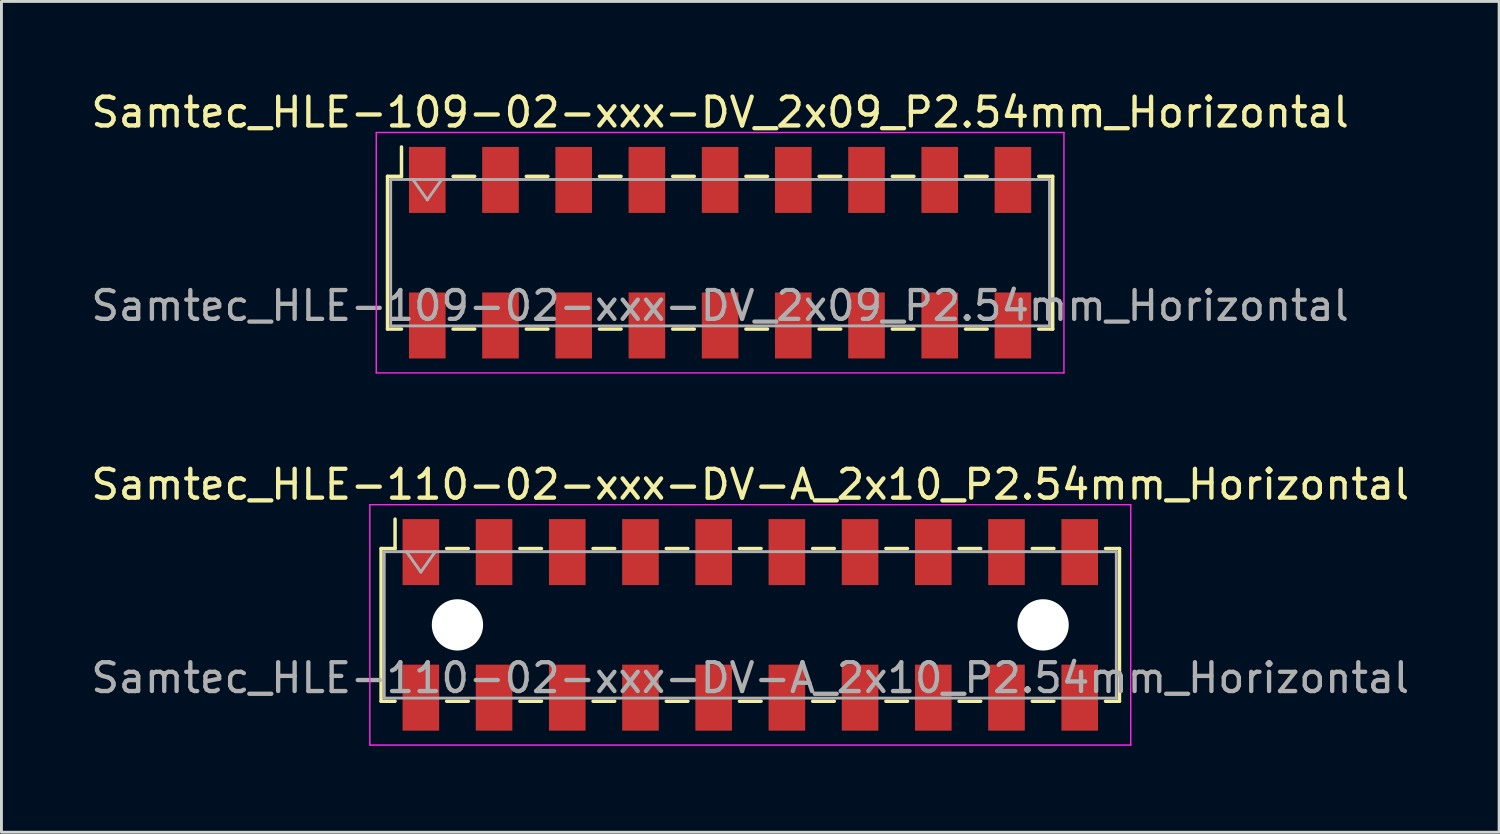
<source format=kicad_pcb>
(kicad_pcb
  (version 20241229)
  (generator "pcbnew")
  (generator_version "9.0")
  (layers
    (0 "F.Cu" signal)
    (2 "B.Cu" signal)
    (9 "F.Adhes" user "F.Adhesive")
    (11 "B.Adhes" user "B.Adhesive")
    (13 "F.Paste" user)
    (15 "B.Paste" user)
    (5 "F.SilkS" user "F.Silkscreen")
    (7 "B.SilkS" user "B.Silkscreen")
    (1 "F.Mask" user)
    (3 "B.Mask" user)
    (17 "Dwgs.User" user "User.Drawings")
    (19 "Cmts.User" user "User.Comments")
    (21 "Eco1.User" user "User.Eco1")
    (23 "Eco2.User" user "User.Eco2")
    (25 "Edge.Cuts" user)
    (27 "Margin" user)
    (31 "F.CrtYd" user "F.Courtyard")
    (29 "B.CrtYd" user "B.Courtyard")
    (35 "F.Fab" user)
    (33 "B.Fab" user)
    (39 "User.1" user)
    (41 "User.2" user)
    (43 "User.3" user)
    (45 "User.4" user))
  (footprint "Samtec_HLE-110-02-xxx-DV-A_2x10_P2.54mm_Horizontal"
    (layer "F.Cu")
    (at 22.982 18.631)
    (property "Reference" "Samtec_HLE-110-02-xxx-DV-A_2x10_P2.54mm_Horizontal" (at 0 -4.87 0) (layer "F.SilkS") (effects (font (size 1 1) (thickness 0.15))))
    (attr smd)
    (fp_line (start -12.81 -2.65) (end -12.81 2.65) (stroke (width 0.12) (type solid)) (layer "F.SilkS"))
    (fp_line (start -12.81 2.65) (end -12.325 2.65) (stroke (width 0.12) (type solid)) (layer "F.SilkS"))
    (fp_line (start -12.325 -3.67) (end -12.325 -2.65) (stroke (width 0.12) (type solid)) (layer "F.SilkS"))
    (fp_line (start -12.325 -2.65) (end -12.81 -2.65) (stroke (width 0.12) (type solid)) (layer "F.SilkS"))
    (fp_line (start -10.535 -2.65) (end -9.785 -2.65) (stroke (width 0.12) (type solid)) (layer "F.SilkS"))
    (fp_line (start -10.535 2.65) (end -9.785 2.65) (stroke (width 0.12) (type solid)) (layer "F.SilkS"))
    (fp_line (start -7.995 -2.65) (end -7.245 -2.65) (stroke (width 0.12) (type solid)) (layer "F.SilkS"))
    (fp_line (start -7.995 2.65) (end -7.245 2.65) (stroke (width 0.12) (type solid)) (layer "F.SilkS"))
    (fp_line (start -5.455 -2.65) (end -4.705 -2.65) (stroke (width 0.12) (type solid)) (layer "F.SilkS"))
    (fp_line (start -5.455 2.65) (end -4.705 2.65) (stroke (width 0.12) (type solid)) (layer "F.SilkS"))
    (fp_line (start -2.915 -2.65) (end -2.165 -2.65) (stroke (width 0.12) (type solid)) (layer "F.SilkS"))
    (fp_line (start -2.915 2.65) (end -2.165 2.65) (stroke (width 0.12) (type solid)) (layer "F.SilkS"))
    (fp_line (start -0.375 -2.65) (end 0.375 -2.65) (stroke (width 0.12) (type solid)) (layer "F.SilkS"))
    (fp_line (start -0.375 2.65) (end 0.375 2.65) (stroke (width 0.12) (type solid)) (layer "F.SilkS"))
    (fp_line (start 2.165 -2.65) (end 2.915 -2.65) (stroke (width 0.12) (type solid)) (layer "F.SilkS"))
    (fp_line (start 2.165 2.65) (end 2.915 2.65) (stroke (width 0.12) (type solid)) (layer "F.SilkS"))
    (fp_line (start 4.705 -2.65) (end 5.455 -2.65) (stroke (width 0.12) (type solid)) (layer "F.SilkS"))
    (fp_line (start 4.705 2.65) (end 5.455 2.65) (stroke (width 0.12) (type solid)) (layer "F.SilkS"))
    (fp_line (start 7.245 -2.65) (end 7.995 -2.65) (stroke (width 0.12) (type solid)) (layer "F.SilkS"))
    (fp_line (start 7.245 2.65) (end 7.995 2.65) (stroke (width 0.12) (type solid)) (layer "F.SilkS"))
    (fp_line (start 9.785 -2.65) (end 10.535 -2.65) (stroke (width 0.12) (type solid)) (layer "F.SilkS"))
    (fp_line (start 9.785 2.65) (end 10.535 2.65) (stroke (width 0.12) (type solid)) (layer "F.SilkS"))
    (fp_line (start 12.325 -2.65) (end 12.81 -2.65) (stroke (width 0.12) (type solid)) (layer "F.SilkS"))
    (fp_line (start 12.81 -2.65) (end 12.81 2.65) (stroke (width 0.12) (type solid)) (layer "F.SilkS"))
    (fp_line (start 12.81 2.65) (end 12.325 2.65) (stroke (width 0.12) (type solid)) (layer "F.SilkS"))
    (fp_line (start -13.2 -4.17) (end 13.2 -4.17) (stroke (width 0.05) (type solid)) (layer "F.CrtYd"))
    (fp_line (start -13.2 4.17) (end -13.2 -4.17) (stroke (width 0.05) (type solid)) (layer "F.CrtYd"))
    (fp_line (start 13.2 -4.17) (end 13.2 4.17) (stroke (width 0.05) (type solid)) (layer "F.CrtYd"))
    (fp_line (start 13.2 4.17) (end -13.2 4.17) (stroke (width 0.05) (type solid)) (layer "F.CrtYd"))
    (fp_line (start -12.7 -2.54) (end 12.7 -2.54) (stroke (width 0.1) (type solid)) (layer "F.Fab"))
    (fp_line (start -12.7 2.54) (end -12.7 -2.54) (stroke (width 0.1) (type solid)) (layer "F.Fab"))
    (fp_line (start -11.93 -2.54) (end -11.43 -1.833) (stroke (width 0.1) (type solid)) (layer "F.Fab"))
    (fp_line (start -11.43 -1.833) (end -10.93 -2.54) (stroke (width 0.1) (type solid)) (layer "F.Fab"))
    (fp_line (start 12.7 -2.54) (end 12.7 2.54) (stroke (width 0.1) (type solid)) (layer "F.Fab"))
    (fp_line (start 12.7 2.54) (end -12.7 2.54) (stroke (width 0.1) (type solid)) (layer "F.Fab"))
    (fp_text user "${REFERENCE}" (at 0 1.84 0) (layer "F.Fab") (effects (font (size 1 1) (thickness 0.15))))
    (pad "" np_thru_hole circle (at -10.16 0) (size 1.78 1.78) (drill 1.78) (layers "*.Cu" "*.Mask"))
    (pad "" np_thru_hole circle (at 10.16 0) (size 1.78 1.78) (drill 1.78) (layers "*.Cu" "*.Mask"))
    (pad "1" smd rect (at -11.43 -2.525) (size 1.27 2.29) (layers "F.Cu" "F.Mask" "F.Paste"))
    (pad "2" smd rect (at -11.43 2.525) (size 1.27 2.29) (layers "F.Cu" "F.Mask" "F.Paste"))
    (pad "3" smd rect (at -8.89 -2.525) (size 1.27 2.29) (layers "F.Cu" "F.Mask" "F.Paste"))
    (pad "4" smd rect (at -8.89 2.525) (size 1.27 2.29) (layers "F.Cu" "F.Mask" "F.Paste"))
    (pad "5" smd rect (at -6.35 -2.525) (size 1.27 2.29) (layers "F.Cu" "F.Mask" "F.Paste"))
    (pad "6" smd rect (at -6.35 2.525) (size 1.27 2.29) (layers "F.Cu" "F.Mask" "F.Paste"))
    (pad "7" smd rect (at -3.81 -2.525) (size 1.27 2.29) (layers "F.Cu" "F.Mask" "F.Paste"))
    (pad "8" smd rect (at -3.81 2.525) (size 1.27 2.29) (layers "F.Cu" "F.Mask" "F.Paste"))
    (pad "9" smd rect (at -1.27 -2.525) (size 1.27 2.29) (layers "F.Cu" "F.Mask" "F.Paste"))
    (pad "10" smd rect (at -1.27 2.525) (size 1.27 2.29) (layers "F.Cu" "F.Mask" "F.Paste"))
    (pad "11" smd rect (at 1.27 -2.525) (size 1.27 2.29) (layers "F.Cu" "F.Mask" "F.Paste"))
    (pad "12" smd rect (at 1.27 2.525) (size 1.27 2.29) (layers "F.Cu" "F.Mask" "F.Paste"))
    (pad "13" smd rect (at 3.81 -2.525) (size 1.27 2.29) (layers "F.Cu" "F.Mask" "F.Paste"))
    (pad "14" smd rect (at 3.81 2.525) (size 1.27 2.29) (layers "F.Cu" "F.Mask" "F.Paste"))
    (pad "15" smd rect (at 6.35 -2.525) (size 1.27 2.29) (layers "F.Cu" "F.Mask" "F.Paste"))
    (pad "16" smd rect (at 6.35 2.525) (size 1.27 2.29) (layers "F.Cu" "F.Mask" "F.Paste"))
    (pad "17" smd rect (at 8.89 -2.525) (size 1.27 2.29) (layers "F.Cu" "F.Mask" "F.Paste"))
    (pad "18" smd rect (at 8.89 2.525) (size 1.27 2.29) (layers "F.Cu" "F.Mask" "F.Paste"))
    (pad "19" smd rect (at 11.43 -2.525) (size 1.27 2.29) (layers "F.Cu" "F.Mask" "F.Paste"))
    (pad "20" smd rect (at 11.43 2.525) (size 1.27 2.29) (layers "F.Cu" "F.Mask" "F.Paste")))
  (footprint "Samtec_HLE-109-02-xxx-DV_2x09_P2.54mm_Horizontal"
    (layer "F.Cu")
    (at 21.935 5.718)
    (property "Reference" "Samtec_HLE-109-02-xxx-DV_2x09_P2.54mm_Horizontal" (at 0 -4.87 0) (layer "F.SilkS") (effects (font (size 1 1) (thickness 0.15))))
    (attr smd)
    (fp_line (start -11.54 -2.65) (end -11.54 2.65) (stroke (width 0.12) (type solid)) (layer "F.SilkS"))
    (fp_line (start -11.54 2.65) (end -11.055 2.65) (stroke (width 0.12) (type solid)) (layer "F.SilkS"))
    (fp_line (start -11.055 -3.67) (end -11.055 -2.65) (stroke (width 0.12) (type solid)) (layer "F.SilkS"))
    (fp_line (start -11.055 -2.65) (end -11.54 -2.65) (stroke (width 0.12) (type solid)) (layer "F.SilkS"))
    (fp_line (start -9.265 -2.65) (end -8.515 -2.65) (stroke (width 0.12) (type solid)) (layer "F.SilkS"))
    (fp_line (start -9.265 2.65) (end -8.515 2.65) (stroke (width 0.12) (type solid)) (layer "F.SilkS"))
    (fp_line (start -6.725 -2.65) (end -5.975 -2.65) (stroke (width 0.12) (type solid)) (layer "F.SilkS"))
    (fp_line (start -6.725 2.65) (end -5.975 2.65) (stroke (width 0.12) (type solid)) (layer "F.SilkS"))
    (fp_line (start -4.185 -2.65) (end -3.435 -2.65) (stroke (width 0.12) (type solid)) (layer "F.SilkS"))
    (fp_line (start -4.185 2.65) (end -3.435 2.65) (stroke (width 0.12) (type solid)) (layer "F.SilkS"))
    (fp_line (start -1.645 -2.65) (end -0.895 -2.65) (stroke (width 0.12) (type solid)) (layer "F.SilkS"))
    (fp_line (start -1.645 2.65) (end -0.895 2.65) (stroke (width 0.12) (type solid)) (layer "F.SilkS"))
    (fp_line (start 0.895 -2.65) (end 1.645 -2.65) (stroke (width 0.12) (type solid)) (layer "F.SilkS"))
    (fp_line (start 0.895 2.65) (end 1.645 2.65) (stroke (width 0.12) (type solid)) (layer "F.SilkS"))
    (fp_line (start 3.435 -2.65) (end 4.185 -2.65) (stroke (width 0.12) (type solid)) (layer "F.SilkS"))
    (fp_line (start 3.435 2.65) (end 4.185 2.65) (stroke (width 0.12) (type solid)) (layer "F.SilkS"))
    (fp_line (start 5.975 -2.65) (end 6.725 -2.65) (stroke (width 0.12) (type solid)) (layer "F.SilkS"))
    (fp_line (start 5.975 2.65) (end 6.725 2.65) (stroke (width 0.12) (type solid)) (layer "F.SilkS"))
    (fp_line (start 8.515 -2.65) (end 9.265 -2.65) (stroke (width 0.12) (type solid)) (layer "F.SilkS"))
    (fp_line (start 8.515 2.65) (end 9.265 2.65) (stroke (width 0.12) (type solid)) (layer "F.SilkS"))
    (fp_line (start 11.055 -2.65) (end 11.54 -2.65) (stroke (width 0.12) (type solid)) (layer "F.SilkS"))
    (fp_line (start 11.54 -2.65) (end 11.54 2.65) (stroke (width 0.12) (type solid)) (layer "F.SilkS"))
    (fp_line (start 11.54 2.65) (end 11.055 2.65) (stroke (width 0.12) (type solid)) (layer "F.SilkS"))
    (fp_line (start -11.93 -4.17) (end 11.93 -4.17) (stroke (width 0.05) (type solid)) (layer "F.CrtYd"))
    (fp_line (start -11.93 4.17) (end -11.93 -4.17) (stroke (width 0.05) (type solid)) (layer "F.CrtYd"))
    (fp_line (start 11.93 -4.17) (end 11.93 4.17) (stroke (width 0.05) (type solid)) (layer "F.CrtYd"))
    (fp_line (start 11.93 4.17) (end -11.93 4.17) (stroke (width 0.05) (type solid)) (layer "F.CrtYd"))
    (fp_line (start -11.43 -2.54) (end 11.43 -2.54) (stroke (width 0.1) (type solid)) (layer "F.Fab"))
    (fp_line (start -11.43 2.54) (end -11.43 -2.54) (stroke (width 0.1) (type solid)) (layer "F.Fab"))
    (fp_line (start -10.66 -2.54) (end -10.16 -1.833) (stroke (width 0.1) (type solid)) (layer "F.Fab"))
    (fp_line (start -10.16 -1.833) (end -9.66 -2.54) (stroke (width 0.1) (type solid)) (layer "F.Fab"))
    (fp_line (start 11.43 -2.54) (end 11.43 2.54) (stroke (width 0.1) (type solid)) (layer "F.Fab"))
    (fp_line (start 11.43 2.54) (end -11.43 2.54) (stroke (width 0.1) (type solid)) (layer "F.Fab"))
    (fp_text user "${REFERENCE}" (at 0 1.84 0) (layer "F.Fab") (effects (font (size 1 1) (thickness 0.15))))
    (pad "1" smd rect (at -10.16 -2.525) (size 1.27 2.29) (layers "F.Cu" "F.Mask" "F.Paste"))
    (pad "2" smd rect (at -10.16 2.525) (size 1.27 2.29) (layers "F.Cu" "F.Mask" "F.Paste"))
    (pad "3" smd rect (at -7.62 -2.525) (size 1.27 2.29) (layers "F.Cu" "F.Mask" "F.Paste"))
    (pad "4" smd rect (at -7.62 2.525) (size 1.27 2.29) (layers "F.Cu" "F.Mask" "F.Paste"))
    (pad "5" smd rect (at -5.08 -2.525) (size 1.27 2.29) (layers "F.Cu" "F.Mask" "F.Paste"))
    (pad "6" smd rect (at -5.08 2.525) (size 1.27 2.29) (layers "F.Cu" "F.Mask" "F.Paste"))
    (pad "7" smd rect (at -2.54 -2.525) (size 1.27 2.29) (layers "F.Cu" "F.Mask" "F.Paste"))
    (pad "8" smd rect (at -2.54 2.525) (size 1.27 2.29) (layers "F.Cu" "F.Mask" "F.Paste"))
    (pad "9" smd rect (at 0 -2.525) (size 1.27 2.29) (layers "F.Cu" "F.Mask" "F.Paste"))
    (pad "10" smd rect (at 0 2.525) (size 1.27 2.29) (layers "F.Cu" "F.Mask" "F.Paste"))
    (pad "11" smd rect (at 2.54 -2.525) (size 1.27 2.29) (layers "F.Cu" "F.Mask" "F.Paste"))
    (pad "12" smd rect (at 2.54 2.525) (size 1.27 2.29) (layers "F.Cu" "F.Mask" "F.Paste"))
    (pad "13" smd rect (at 5.08 -2.525) (size 1.27 2.29) (layers "F.Cu" "F.Mask" "F.Paste"))
    (pad "14" smd rect (at 5.08 2.525) (size 1.27 2.29) (layers "F.Cu" "F.Mask" "F.Paste"))
    (pad "15" smd rect (at 7.62 -2.525) (size 1.27 2.29) (layers "F.Cu" "F.Mask" "F.Paste"))
    (pad "16" smd rect (at 7.62 2.525) (size 1.27 2.29) (layers "F.Cu" "F.Mask" "F.Paste"))
    (pad "17" smd rect (at 10.16 -2.525) (size 1.27 2.29) (layers "F.Cu" "F.Mask" "F.Paste"))
    (pad "18" smd rect (at 10.16 2.525) (size 1.27 2.29) (layers "F.Cu" "F.Mask" "F.Paste")))
  (gr_rect
    (start -3 -3)
    (end 48.964 25.826)
    (stroke (width 0.1) (type default))
    (fill no)
    (layer "Edge.Cuts")))
</source>
